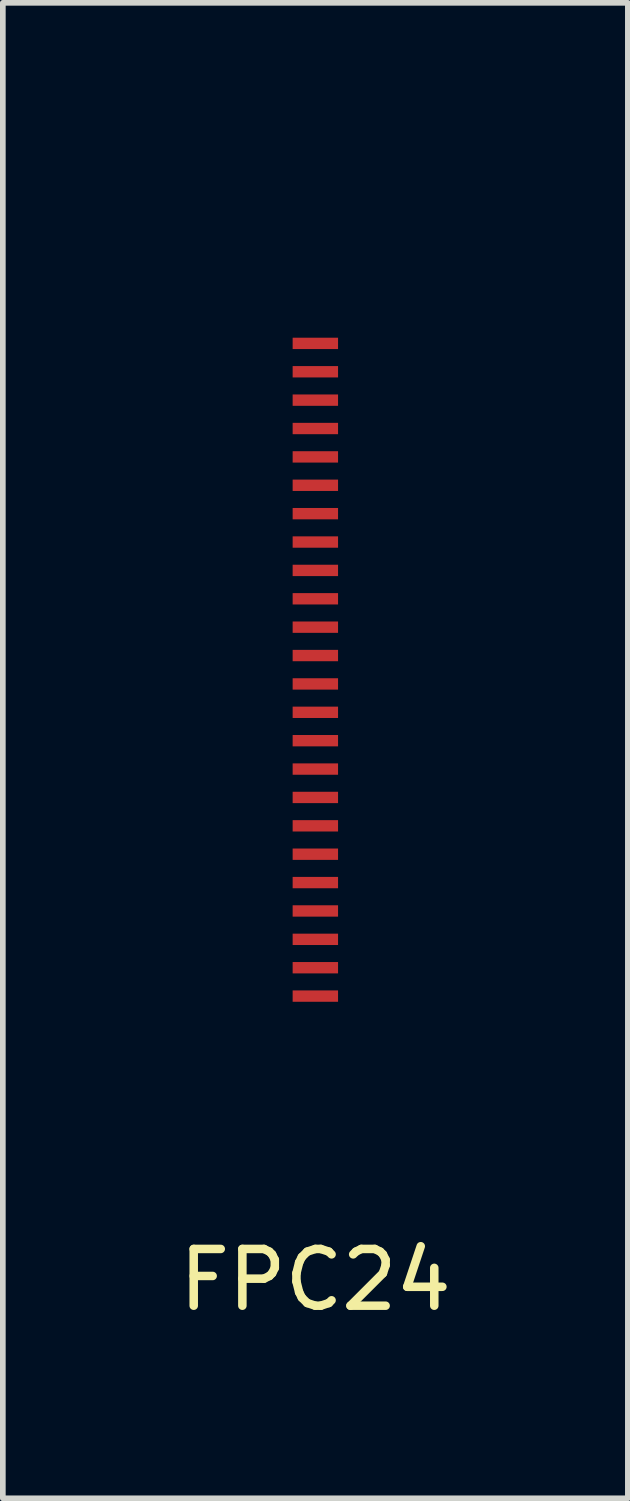
<source format=kicad_pcb>
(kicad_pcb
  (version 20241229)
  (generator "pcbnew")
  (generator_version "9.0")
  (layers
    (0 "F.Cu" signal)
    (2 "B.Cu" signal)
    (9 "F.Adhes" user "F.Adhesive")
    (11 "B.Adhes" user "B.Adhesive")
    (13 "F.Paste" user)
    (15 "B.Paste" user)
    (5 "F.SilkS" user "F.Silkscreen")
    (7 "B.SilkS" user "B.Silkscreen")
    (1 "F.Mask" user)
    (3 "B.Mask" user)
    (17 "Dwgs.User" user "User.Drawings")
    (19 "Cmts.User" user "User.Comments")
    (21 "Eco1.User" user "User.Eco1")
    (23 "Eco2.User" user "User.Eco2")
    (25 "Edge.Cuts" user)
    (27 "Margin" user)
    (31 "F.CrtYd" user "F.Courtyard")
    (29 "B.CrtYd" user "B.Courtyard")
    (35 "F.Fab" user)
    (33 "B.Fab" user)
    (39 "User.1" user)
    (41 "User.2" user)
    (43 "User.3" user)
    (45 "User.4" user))
  (footprint "FPC24"
    (layer "F.Cu")
    (at 2.506 8.5)
    (property "Reference" "FPC24" (at 0 11 0) (layer "F.SilkS") (effects (font (size 1 1) (thickness 0.15))))
    (attr through_hole)
    (fp_circle (center 0 -7.5) (end 0.5 -7.5) (stroke (width 1) (type solid)) (fill no) (layer "F.Mask"))
    (pad "1" smd rect (at 0 6) (size 0.8 0.2) (layers "F.Cu" "F.Mask" "F.Paste"))
    (pad "2" smd rect (at 0 5.5) (size 0.8 0.2) (layers "F.Cu" "F.Mask" "F.Paste"))
    (pad "3" smd rect (at 0 5) (size 0.8 0.2) (layers "F.Cu" "F.Mask" "F.Paste"))
    (pad "4" smd rect (at 0 4.5) (size 0.8 0.2) (layers "F.Cu" "F.Mask" "F.Paste"))
    (pad "5" smd rect (at 0 4) (size 0.8 0.2) (layers "F.Cu" "F.Mask" "F.Paste"))
    (pad "6" smd rect (at 0 3.5) (size 0.8 0.2) (layers "F.Cu" "F.Mask" "F.Paste"))
    (pad "7" smd rect (at 0 3) (size 0.8 0.2) (layers "F.Cu" "F.Mask" "F.Paste"))
    (pad "8" smd rect (at 0 2.5) (size 0.8 0.2) (layers "F.Cu" "F.Mask" "F.Paste"))
    (pad "9" smd rect (at 0 2) (size 0.8 0.2) (layers "F.Cu" "F.Mask" "F.Paste"))
    (pad "10" smd rect (at 0 1.5) (size 0.8 0.2) (layers "F.Cu" "F.Mask" "F.Paste"))
    (pad "11" smd rect (at 0 1) (size 0.8 0.2) (layers "F.Cu" "F.Mask" "F.Paste"))
    (pad "12" smd rect (at 0 0.5) (size 0.8 0.2) (layers "F.Cu" "F.Mask" "F.Paste"))
    (pad "13" smd rect (at 0 0) (size 0.8 0.2) (layers "F.Cu" "F.Mask" "F.Paste"))
    (pad "14" smd rect (at 0 -0.5) (size 0.8 0.2) (layers "F.Cu" "F.Mask" "F.Paste"))
    (pad "15" smd rect (at 0 -1) (size 0.8 0.2) (layers "F.Cu" "F.Mask" "F.Paste"))
    (pad "16" smd rect (at 0 -1.5) (size 0.8 0.2) (layers "F.Cu" "F.Mask" "F.Paste"))
    (pad "17" smd rect (at 0 -2) (size 0.8 0.2) (layers "F.Cu" "F.Mask" "F.Paste"))
    (pad "18" smd rect (at 0 -2.5) (size 0.8 0.2) (layers "F.Cu" "F.Mask" "F.Paste"))
    (pad "19" smd rect (at 0 -3) (size 0.8 0.2) (layers "F.Cu" "F.Mask" "F.Paste"))
    (pad "20" smd rect (at 0 -3.5) (size 0.8 0.2) (layers "F.Cu" "F.Mask" "F.Paste"))
    (pad "21" smd rect (at 0 -4) (size 0.8 0.2) (layers "F.Cu" "F.Mask" "F.Paste"))
    (pad "22" smd rect (at 0 -4.5) (size 0.8 0.2) (layers "F.Cu" "F.Mask" "F.Paste"))
    (pad "23" smd rect (at 0 -5) (size 0.8 0.2) (layers "F.Cu" "F.Mask" "F.Paste"))
    (pad "24" smd rect (at 0 -5.5) (size 0.8 0.2) (layers "F.Cu" "F.Mask" "F.Paste")))
  (gr_rect
    (start -3 -3)
    (end 8.012 23.348)
    (stroke (width 0.1) (type default))
    (fill no)
    (layer "Edge.Cuts")))
</source>
